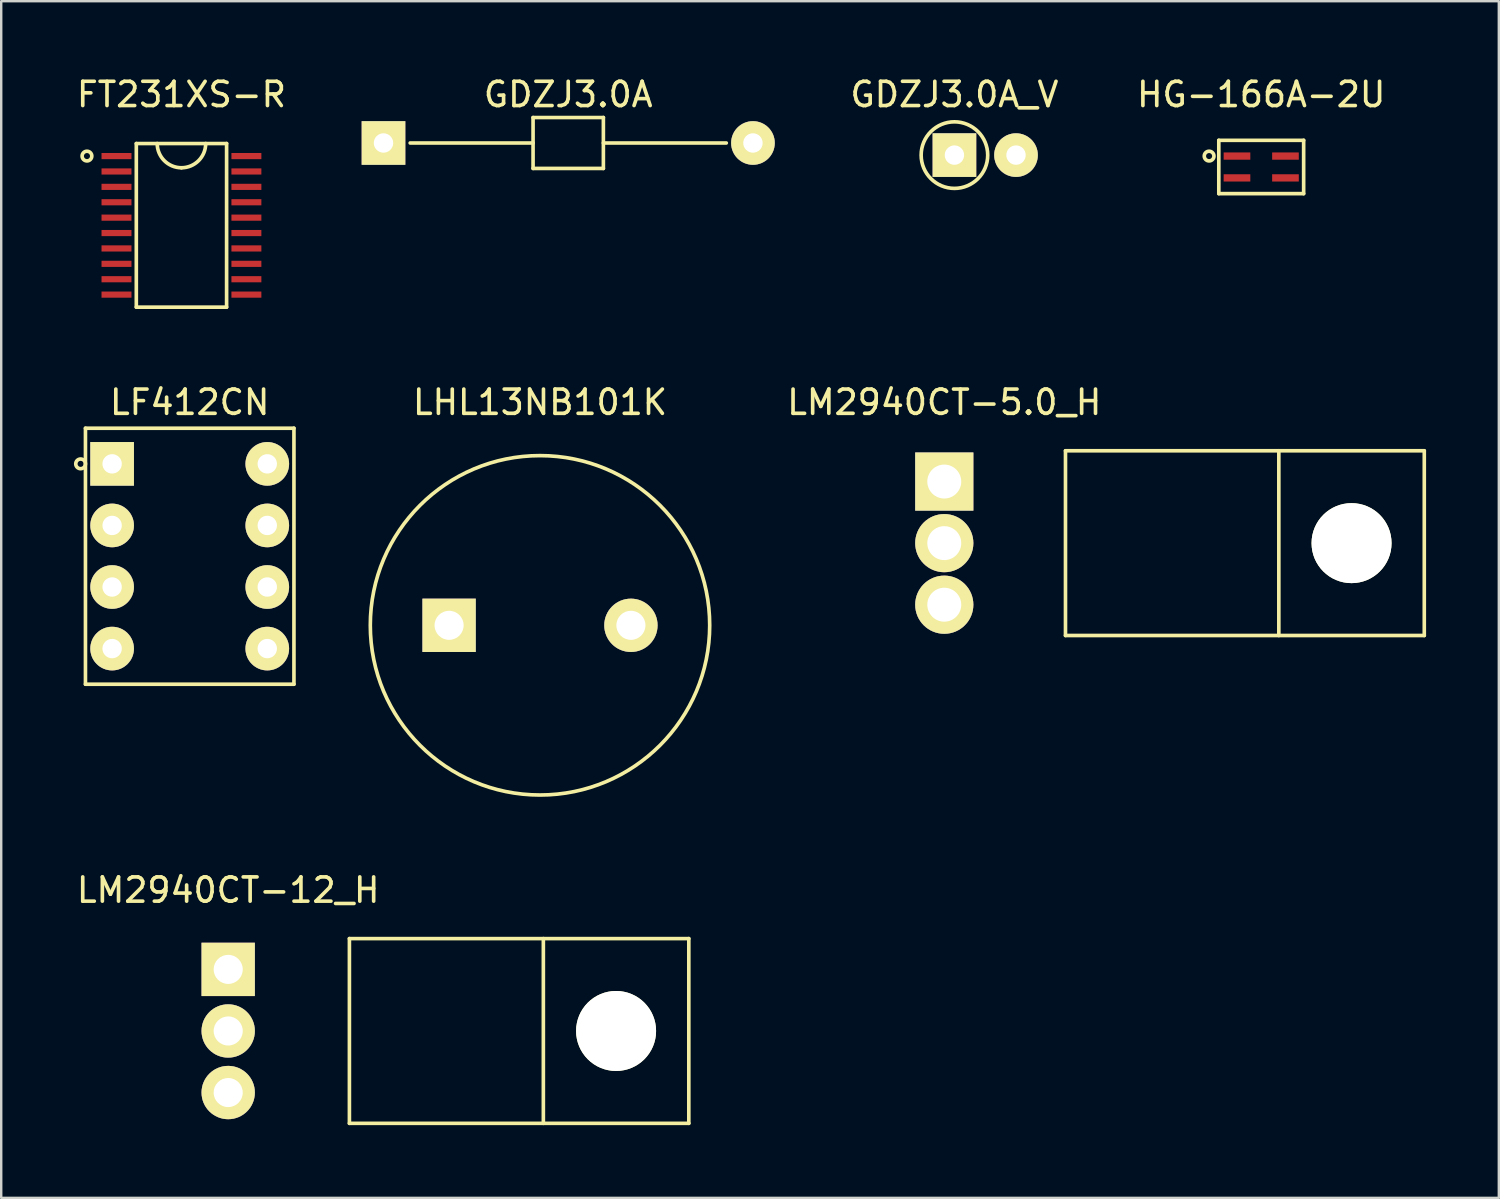
<source format=kicad_pcb>
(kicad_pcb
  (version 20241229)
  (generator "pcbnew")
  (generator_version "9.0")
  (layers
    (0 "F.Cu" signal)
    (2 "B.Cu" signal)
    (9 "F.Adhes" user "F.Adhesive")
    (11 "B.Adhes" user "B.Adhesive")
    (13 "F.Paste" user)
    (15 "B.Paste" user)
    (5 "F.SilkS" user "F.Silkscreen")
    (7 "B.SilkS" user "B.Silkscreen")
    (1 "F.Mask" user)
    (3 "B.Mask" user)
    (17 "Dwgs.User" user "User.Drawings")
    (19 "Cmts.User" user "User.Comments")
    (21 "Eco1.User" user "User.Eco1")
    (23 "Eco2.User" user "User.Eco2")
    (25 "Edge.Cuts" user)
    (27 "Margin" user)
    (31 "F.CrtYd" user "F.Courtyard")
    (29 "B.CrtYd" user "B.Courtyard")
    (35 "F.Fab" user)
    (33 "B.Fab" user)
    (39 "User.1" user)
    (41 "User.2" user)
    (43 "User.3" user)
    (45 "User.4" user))
  (footprint "LF412CN"
    (layer "F.Cu")
    (at 1.575 16.084)
    (property "Reference" "LF412CN" (at 3.2 -2.54 0) (layer "F.SilkS") (effects (font (size 1 1) (thickness 0.15))))
    (attr through_hole)
    (fp_line (start -1.1 -1.47) (end 7.5 -1.47) (stroke (width 0.15) (type solid)) (layer "F.SilkS"))
    (fp_line (start -1.1 9.09) (end -1.1 -1.47) (stroke (width 0.15) (type solid)) (layer "F.SilkS"))
    (fp_line (start 7.5 -1.47) (end 7.5 9.09) (stroke (width 0.15) (type solid)) (layer "F.SilkS"))
    (fp_line (start 7.5 9.09) (end -1.1 9.09) (stroke (width 0.15) (type solid)) (layer "F.SilkS"))
    (fp_circle (center -1.3 0) (end -1.3 0.2) (stroke (width 0.15) (type solid)) (fill no) (layer "F.SilkS"))
    (pad "1" thru_hole rect (at 0 0) (size 1.8 1.8) (drill 0.8) (layers "*.Cu" "*.Mask" "F.SilkS"))
    (pad "2" thru_hole circle (at 0 2.54) (size 1.8 1.8) (drill 0.8) (layers "*.Cu" "*.Mask" "F.SilkS"))
    (pad "3" thru_hole circle (at 0 5.08) (size 1.8 1.8) (drill 0.8) (layers "*.Cu" "*.Mask" "F.SilkS"))
    (pad "4" thru_hole circle (at 0 7.62) (size 1.8 1.8) (drill 0.8) (layers "*.Cu" "*.Mask" "F.SilkS"))
    (pad "5" thru_hole circle (at 6.4 7.62) (size 1.8 1.8) (drill 0.8) (layers "*.Cu" "*.Mask" "F.SilkS"))
    (pad "6" thru_hole circle (at 6.4 5.08) (size 1.8 1.8) (drill 0.8) (layers "*.Cu" "*.Mask" "F.SilkS"))
    (pad "7" thru_hole circle (at 6.4 2.54) (size 1.8 1.8) (drill 0.8) (layers "*.Cu" "*.Mask" "F.SilkS"))
    (pad "8" thru_hole circle (at 6.4 0) (size 1.8 1.8) (drill 0.8) (layers "*.Cu" "*.Mask" "F.SilkS")))
  (footprint "LM2940CT-5.0_H"
    (layer "F.Cu")
    (at 35.901 16.814)
    (property "Reference" "LM2940CT-5.0_H" (at 0 -3.27 0) (layer "F.SilkS") (effects (font (size 1 1) (thickness 0.15))))
    (attr through_hole)
    (fp_line (start 5 -1.27) (end 5 6.35) (stroke (width 0.15) (type solid)) (layer "F.SilkS"))
    (fp_line (start 5 -1.27) (end 19.8 -1.27) (stroke (width 0.15) (type solid)) (layer "F.SilkS"))
    (fp_line (start 5 6.35) (end 19.8 6.35) (stroke (width 0.15) (type solid)) (layer "F.SilkS"))
    (fp_line (start 13.8 -1.27) (end 13.8 6.35) (stroke (width 0.15) (type solid)) (layer "F.SilkS"))
    (fp_line (start 19.8 -1.27) (end 19.8 6.35) (stroke (width 0.15) (type solid)) (layer "F.SilkS"))
    (pad "" np_thru_hole circle (at 16.8 2.54) (size 3.3 3.3) (drill 3.3) (layers "*.Cu" "*.Mask" "F.SilkS"))
    (pad "1" thru_hole rect (at 0 0) (size 2.4 2.4) (drill 1.4) (layers "*.Cu" "*.Mask" "F.SilkS"))
    (pad "2" thru_hole circle (at 0 2.54) (size 2.4 2.4) (drill 1.4) (layers "*.Cu" "*.Mask" "F.SilkS"))
    (pad "3" thru_hole circle (at 0 5.08) (size 2.4 2.4) (drill 1.4) (layers "*.Cu" "*.Mask" "F.SilkS")))
  (footprint "LM2940CT-12_H"
    (layer "F.Cu")
    (at 6.363 36.937)
    (property "Reference" "LM2940CT-12_H" (at 0 -3.27 0) (layer "F.SilkS") (effects (font (size 1 1) (thickness 0.15))))
    (attr through_hole)
    (fp_line (start 5 -1.27) (end 5 6.35) (stroke (width 0.15) (type solid)) (layer "F.SilkS"))
    (fp_line (start 5 -1.27) (end 19 -1.27) (stroke (width 0.15) (type solid)) (layer "F.SilkS"))
    (fp_line (start 5 6.35) (end 19 6.35) (stroke (width 0.15) (type solid)) (layer "F.SilkS"))
    (fp_line (start 13 -1.27) (end 13 6.35) (stroke (width 0.15) (type solid)) (layer "F.SilkS"))
    (fp_line (start 19 -1.27) (end 19 6.35) (stroke (width 0.15) (type solid)) (layer "F.SilkS"))
    (pad "" np_thru_hole circle (at 16 2.54) (size 3.3 3.3) (drill 3.3) (layers "*.Cu" "*.Mask" "F.SilkS"))
    (pad "1" thru_hole rect (at 0 0) (size 2.2 2.2) (drill 1.2) (layers "*.Cu" "*.Mask" "F.SilkS"))
    (pad "2" thru_hole circle (at 0 2.54) (size 2.2 2.2) (drill 1.2) (layers "*.Cu" "*.Mask" "F.SilkS"))
    (pad "3" thru_hole circle (at 0 5.08) (size 2.2 2.2) (drill 1.2) (layers "*.Cu" "*.Mask" "F.SilkS")))
  (footprint "LHL13NB101K"
    (layer "F.Cu")
    (at 15.475 22.744)
    (property "Reference" "LHL13NB101K" (at 3.75 -9.2 0) (layer "F.SilkS") (effects (font (size 1 1) (thickness 0.15))))
    (attr through_hole)
    (fp_circle (center 3.75 0) (end 3.75 -7) (stroke (width 0.15) (type solid)) (fill no) (layer "F.SilkS"))
    (pad "1" thru_hole rect (at 0 0) (size 2.2 2.2) (drill 1.2) (layers "*.Cu" "*.Mask" "F.SilkS"))
    (pad "2" thru_hole circle (at 7.5 0) (size 2.2 2.2) (drill 1.2) (layers "*.Cu" "*.Mask" "F.SilkS")))
  (footprint "GDZJ3.0A_V"
    (layer "F.Cu")
    (at 36.32 3.348)
    (property "Reference" "GDZJ3.0A_V" (at 0 -2.5 0) (layer "F.SilkS") (effects (font (size 1 1) (thickness 0.15))))
    (attr through_hole)
    (fp_circle (center 0 0) (end 0 -1.373) (stroke (width 0.15) (type solid)) (fill no) (layer "F.SilkS"))
    (pad "1" thru_hole rect (at 0 0) (size 1.8 1.8) (drill 0.8) (layers "*.Cu" "*.Mask" "F.SilkS"))
    (pad "2" thru_hole circle (at 2.54 0) (size 1.8 1.8) (drill 0.8) (layers "*.Cu" "*.Mask" "F.SilkS")))
  (footprint "FT231XS-R"
    (layer "F.Cu")
    (at 1.755 3.388)
    (property "Reference" "FT231XS-R" (at 2.68 -2.54 0) (layer "F.SilkS") (effects (font (size 1 1) (thickness 0.15))))
    (attr through_hole)
    (fp_line (start 0.818 -0.517) (end 4.542 -0.517) (stroke (width 0.15) (type solid)) (layer "F.SilkS"))
    (fp_line (start 0.818 6.232) (end 0.818 -0.517) (stroke (width 0.15) (type solid)) (layer "F.SilkS"))
    (fp_line (start 4.542 -0.517) (end 4.542 6.232) (stroke (width 0.15) (type solid)) (layer "F.SilkS"))
    (fp_line (start 4.542 6.232) (end 0.818 6.232) (stroke (width 0.15) (type solid)) (layer "F.SilkS"))
    (fp_arc (start 2.6797 0.4825) (mid 1.972593 0.189607) (end 1.6797 -0.5175) (stroke (width 0.15) (type solid)) (layer "F.SilkS"))
    (fp_arc (start 3.6797 -0.5175) (mid 3.386807 0.189607) (end 2.6797 0.4825) (stroke (width 0.15) (type solid)) (layer "F.SilkS"))
    (fp_circle (center -1.218 0) (end -1.218 0.2) (stroke (width 0.15) (type solid)) (fill no) (layer "F.SilkS"))
    (pad "1" smd rect (at 0 0) (size 1.235 0.254) (layers "F.Cu" "F.Mask" "F.Paste"))
    (pad "2" smd rect (at 0 0.635) (size 1.235 0.254) (layers "F.Cu" "F.Mask" "F.Paste"))
    (pad "3" smd rect (at 0 1.27) (size 1.235 0.254) (layers "F.Cu" "F.Mask" "F.Paste"))
    (pad "4" smd rect (at 0 1.905) (size 1.235 0.254) (layers "F.Cu" "F.Mask" "F.Paste"))
    (pad "5" smd rect (at 0 2.54) (size 1.235 0.254) (layers "F.Cu" "F.Mask" "F.Paste"))
    (pad "6" smd rect (at 0 3.175) (size 1.235 0.254) (layers "F.Cu" "F.Mask" "F.Paste"))
    (pad "7" smd rect (at 0 3.81) (size 1.235 0.254) (layers "F.Cu" "F.Mask" "F.Paste"))
    (pad "8" smd rect (at 0 4.445) (size 1.235 0.254) (layers "F.Cu" "F.Mask" "F.Paste"))
    (pad "9" smd rect (at 0 5.08) (size 1.235 0.254) (layers "F.Cu" "F.Mask" "F.Paste"))
    (pad "10" smd rect (at 0 5.715) (size 1.235 0.254) (layers "F.Cu" "F.Mask" "F.Paste"))
    (pad "11" smd rect (at 5.359 5.715) (size 1.235 0.254) (layers "F.Cu" "F.Mask" "F.Paste"))
    (pad "12" smd rect (at 5.359 5.08) (size 1.235 0.254) (layers "F.Cu" "F.Mask" "F.Paste"))
    (pad "13" smd rect (at 5.359 4.445) (size 1.235 0.254) (layers "F.Cu" "F.Mask" "F.Paste"))
    (pad "14" smd rect (at 5.359 3.81) (size 1.235 0.254) (layers "F.Cu" "F.Mask" "F.Paste"))
    (pad "15" smd rect (at 5.359 3.175) (size 1.235 0.254) (layers "F.Cu" "F.Mask" "F.Paste"))
    (pad "16" smd rect (at 5.359 2.54) (size 1.235 0.254) (layers "F.Cu" "F.Mask" "F.Paste"))
    (pad "17" smd rect (at 5.359 1.905) (size 1.235 0.254) (layers "F.Cu" "F.Mask" "F.Paste"))
    (pad "18" smd rect (at 5.359 1.27) (size 1.235 0.254) (layers "F.Cu" "F.Mask" "F.Paste"))
    (pad "19" smd rect (at 5.359 0.635) (size 1.235 0.254) (layers "F.Cu" "F.Mask" "F.Paste"))
    (pad "20" smd rect (at 5.359 0) (size 1.235 0.254) (layers "F.Cu" "F.Mask" "F.Paste")))
  (footprint "HG-166A-2U"
    (layer "F.Cu")
    (at 47.975 3.388)
    (property "Reference" "HG-166A-2U" (at 1 -2.54 0) (layer "F.SilkS") (effects (font (size 1 1) (thickness 0.15))))
    (attr through_hole)
    (fp_line (start -0.75 -0.65) (end 2.75 -0.65) (stroke (width 0.15) (type solid)) (layer "F.SilkS"))
    (fp_line (start -0.75 1.55) (end -0.75 -0.65) (stroke (width 0.15) (type solid)) (layer "F.SilkS"))
    (fp_line (start 2.75 -0.65) (end 2.75 1.55) (stroke (width 0.15) (type solid)) (layer "F.SilkS"))
    (fp_line (start 2.75 1.55) (end -0.75 1.55) (stroke (width 0.15) (type solid)) (layer "F.SilkS"))
    (fp_circle (center -1.15 0) (end -1.15 0.2) (stroke (width 0.15) (type solid)) (fill no) (layer "F.SilkS"))
    (pad "1" smd rect (at 0 0) (size 1.1 0.3) (layers "F.Cu" "F.Mask" "F.Paste"))
    (pad "2" smd rect (at 0 0.9) (size 1.1 0.3) (layers "F.Cu" "F.Mask" "F.Paste"))
    (pad "3" smd rect (at 2 0.9) (size 1.1 0.3) (layers "F.Cu" "F.Mask" "F.Paste"))
    (pad "4" smd rect (at 2 0) (size 1.1 0.3) (layers "F.Cu" "F.Mask" "F.Paste")))
  (footprint "GDZJ3.0A"
    (layer "F.Cu")
    (at 12.769 2.848)
    (property "Reference" "GDZJ3.0A" (at 7.62 -2 0) (layer "F.SilkS") (effects (font (size 1 1) (thickness 0.15))))
    (attr through_hole)
    (fp_line (start 1.1 0) (end 6.17 0) (stroke (width 0.15) (type solid)) (layer "F.SilkS"))
    (fp_line (start 6.17 -1.05) (end 6.17 1.05) (stroke (width 0.15) (type solid)) (layer "F.SilkS"))
    (fp_line (start 6.17 -1.05) (end 9.07 -1.05) (stroke (width 0.15) (type solid)) (layer "F.SilkS"))
    (fp_line (start 6.17 1.05) (end 9.07 1.05) (stroke (width 0.15) (type solid)) (layer "F.SilkS"))
    (fp_line (start 9.07 0) (end 14.14 0) (stroke (width 0.15) (type solid)) (layer "F.SilkS"))
    (fp_line (start 9.07 1.05) (end 9.07 -1.05) (stroke (width 0.15) (type solid)) (layer "F.SilkS"))
    (pad "1" thru_hole rect (at 0 0) (size 1.8 1.8) (drill 0.8) (layers "*.Cu" "*.Mask" "F.SilkS"))
    (pad "2" thru_hole circle (at 15.24 0) (size 1.8 1.8) (drill 0.8) (layers "*.Cu" "*.Mask" "F.SilkS")))
  (gr_rect
    (start -3 -3)
    (end 58.776 46.362)
    (stroke (width 0.1) (type default))
    (fill no)
    (layer "Edge.Cuts")))
</source>
